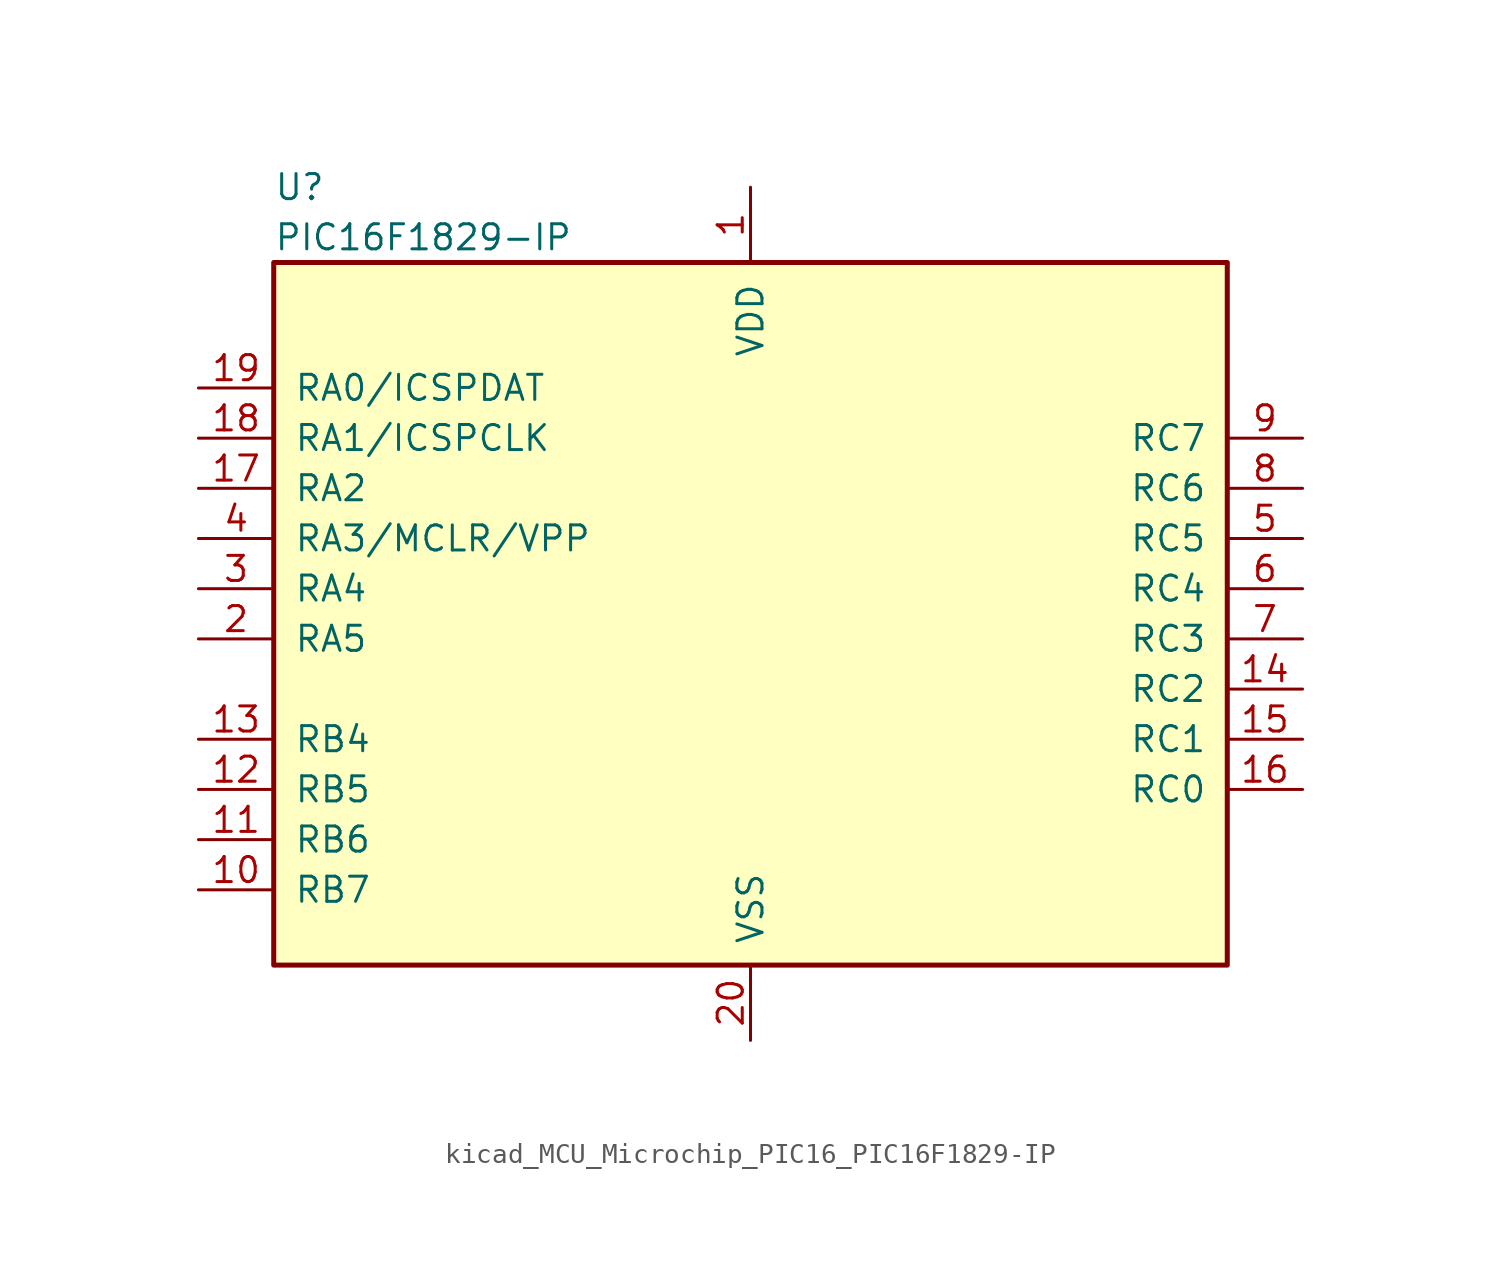
<source format=kicad_sym>
(kicad_symbol_lib
  (version 20220914)
  (generator kicad_symbol_editor)
  (symbol "kicad_MCU_Microchip_PIC16_PIC16F1829-IP"
    (pin_names
      (offset 1.016))
    (property "Reference" "U"
      (at -24.13 22.86 0)
      (effects (font (size 1.27 1.27)) (justify left)))
    (property "Value" "PIC16F1829-IP"
      (at -24.13 20.32 0)
      (effects (font (size 1.27 1.27)) (justify left)))
    (symbol "kicad_MCU_Microchip_PIC16_PIC16F1829-IP_0_1"
      (rectangle (start -24.13 19.05) (end 24.13 -16.51) (stroke (width 0.254) (type default)) (fill (type background))))
    (symbol "kicad_MCU_Microchip_PIC16_PIC16F1829-IP_1_1"
      (pin power_in line (at 0 22.86 270) (length 3.81) (name "VDD" (effects (font (size 1.27 1.27)))) (number "1" (effects (font (size 1.27 1.27)))))
      (pin bidirectional line (at -27.94 -12.7 0) (length 3.81) (name "RB7" (effects (font (size 1.27 1.27)))) (number "10" (effects (font (size 1.27 1.27)))))
      (pin bidirectional line (at -27.94 -10.16 0) (length 3.81) (name "RB6" (effects (font (size 1.27 1.27)))) (number "11" (effects (font (size 1.27 1.27)))))
      (pin bidirectional line (at -27.94 -7.62 0) (length 3.81) (name "RB5" (effects (font (size 1.27 1.27)))) (number "12" (effects (font (size 1.27 1.27)))))
      (pin bidirectional line (at -27.94 -5.08 0) (length 3.81) (name "RB4" (effects (font (size 1.27 1.27)))) (number "13" (effects (font (size 1.27 1.27)))))
      (pin bidirectional line (at 27.94 -2.54 180) (length 3.81) (name "RC2" (effects (font (size 1.27 1.27)))) (number "14" (effects (font (size 1.27 1.27)))))
      (pin bidirectional line (at 27.94 -5.08 180) (length 3.81) (name "RC1" (effects (font (size 1.27 1.27)))) (number "15" (effects (font (size 1.27 1.27)))))
      (pin bidirectional line (at 27.94 -7.62 180) (length 3.81) (name "RC0" (effects (font (size 1.27 1.27)))) (number "16" (effects (font (size 1.27 1.27)))))
      (pin bidirectional line (at -27.94 7.62 0) (length 3.81) (name "RA2" (effects (font (size 1.27 1.27)))) (number "17" (effects (font (size 1.27 1.27)))))
      (pin bidirectional line (at -27.94 10.16 0) (length 3.81) (name "RA1/ICSPCLK" (effects (font (size 1.27 1.27)))) (number "18" (effects (font (size 1.27 1.27)))))
      (pin bidirectional line (at -27.94 12.7 0) (length 3.81) (name "RA0/ICSPDAT" (effects (font (size 1.27 1.27)))) (number "19" (effects (font (size 1.27 1.27)))))
      (pin bidirectional line (at -27.94 0 0) (length 3.81) (name "RA5" (effects (font (size 1.27 1.27)))) (number "2" (effects (font (size 1.27 1.27)))))
      (pin power_in line (at 0 -20.32 90) (length 3.81) (name "VSS" (effects (font (size 1.27 1.27)))) (number "20" (effects (font (size 1.27 1.27)))))
      (pin bidirectional line (at -27.94 2.54 0) (length 3.81) (name "RA4" (effects (font (size 1.27 1.27)))) (number "3" (effects (font (size 1.27 1.27)))))
      (pin bidirectional line (at -27.94 5.08 0) (length 3.81) (name "RA3/MCLR/VPP" (effects (font (size 1.27 1.27)))) (number "4" (effects (font (size 1.27 1.27)))))
      (pin bidirectional line (at 27.94 5.08 180) (length 3.81) (name "RC5" (effects (font (size 1.27 1.27)))) (number "5" (effects (font (size 1.27 1.27)))))
      (pin bidirectional line (at 27.94 2.54 180) (length 3.81) (name "RC4" (effects (font (size 1.27 1.27)))) (number "6" (effects (font (size 1.27 1.27)))))
      (pin bidirectional line (at 27.94 0 180) (length 3.81) (name "RC3" (effects (font (size 1.27 1.27)))) (number "7" (effects (font (size 1.27 1.27)))))
      (pin bidirectional line (at 27.94 7.62 180) (length 3.81) (name "RC6" (effects (font (size 1.27 1.27)))) (number "8" (effects (font (size 1.27 1.27)))))
      (pin bidirectional line (at 27.94 10.16 180) (length 3.81) (name "RC7" (effects (font (size 1.27 1.27)))) (number "9" (effects (font (size 1.27 1.27))))))))
</source>
